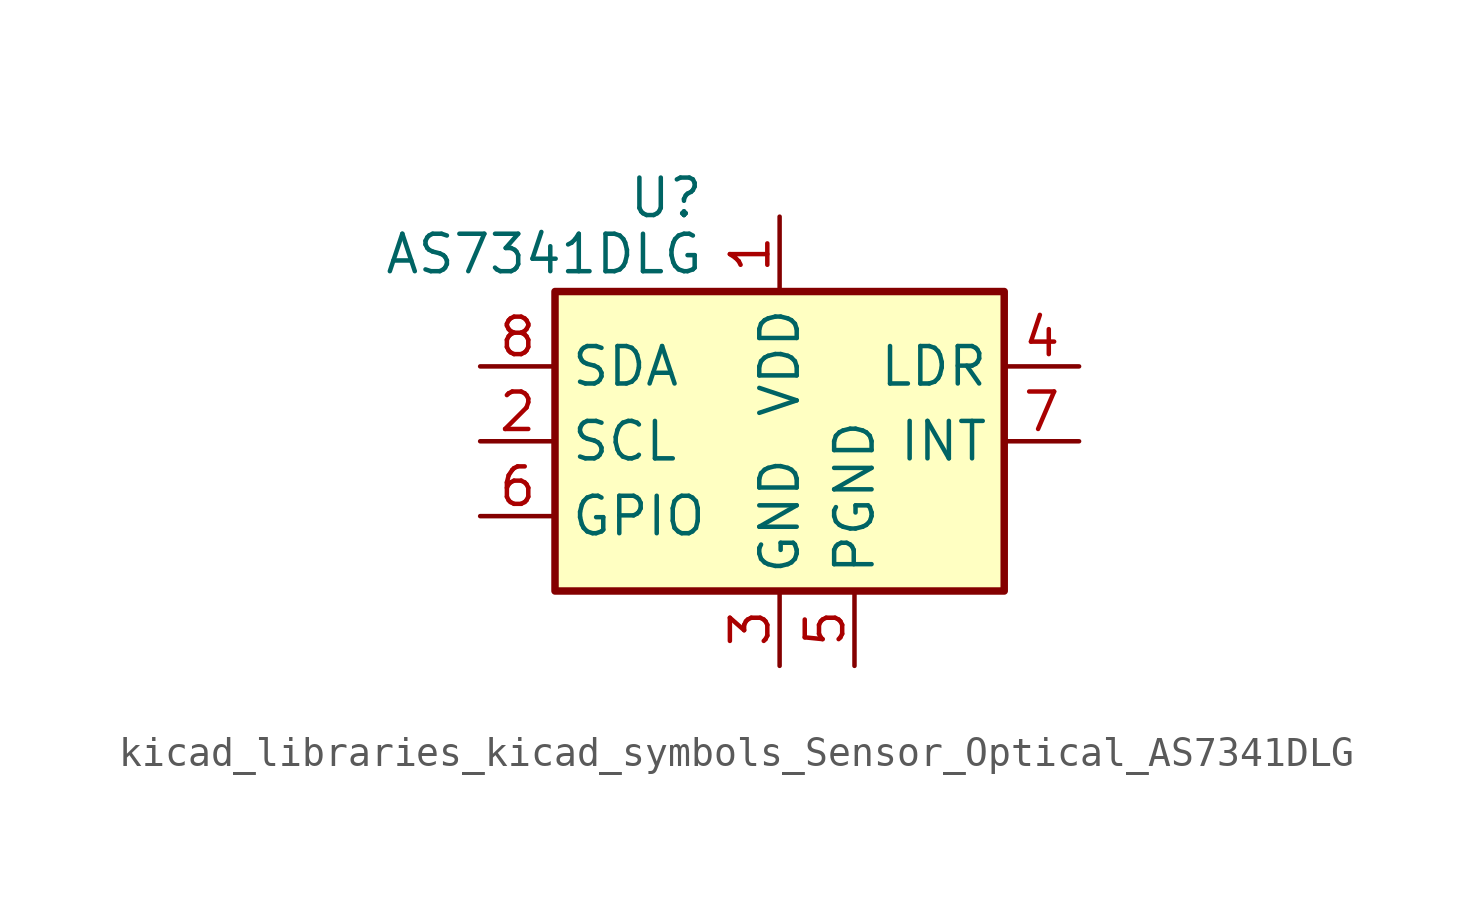
<source format=kicad_sym>
(kicad_symbol_lib
  (version 20220914)
  (generator kicad_symbol_editor)
  (symbol "kicad_libraries_kicad_symbols_Sensor_Optical_AS7341DLG"
    (property "Reference" "U"
      (at -2.54 8.255 0)
      (effects (font (size 1.27 1.27)) (justify right)))
    (property "Value" "AS7341DLG"
      (at -2.54 6.35 0)
      (effects (font (size 1.27 1.27)) (justify right)))
    (symbol "kicad_libraries_kicad_symbols_Sensor_Optical_AS7341DLG_0_1"
      (rectangle (start -7.62 5.08) (end 7.62 -5.08) (stroke (width 0.254) (type default)) (fill (type background))))
    (symbol "kicad_libraries_kicad_symbols_Sensor_Optical_AS7341DLG_1_1"
      (pin power_in line (at 0 7.62 270) (length 2.54) (name "VDD" (effects (font (size 1.27 1.27)))) (number "1" (effects (font (size 1.27 1.27)))))
      (pin input line (at -10.16 0 0) (length 2.54) (name "SCL" (effects (font (size 1.27 1.27)))) (number "2" (effects (font (size 1.27 1.27)))))
      (pin power_in line (at 0 -7.62 90) (length 2.54) (name "GND" (effects (font (size 1.27 1.27)))) (number "3" (effects (font (size 1.27 1.27)))))
      (pin passive line (at 10.16 2.54 180) (length 2.54) (name "LDR" (effects (font (size 1.27 1.27)))) (number "4" (effects (font (size 1.27 1.27)))))
      (pin power_in line (at 2.54 -7.62 90) (length 2.54) (name "PGND" (effects (font (size 1.27 1.27)))) (number "5" (effects (font (size 1.27 1.27)))))
      (pin input line (at -10.16 -2.54 0) (length 2.54) (name "GPIO" (effects (font (size 1.27 1.27)))) (number "6" (effects (font (size 1.27 1.27)))))
      (pin open_collector line (at 10.16 0 180) (length 2.54) (name "INT" (effects (font (size 1.27 1.27)))) (number "7" (effects (font (size 1.27 1.27)))))
      (pin bidirectional line (at -10.16 2.54 0) (length 2.54) (name "SDA" (effects (font (size 1.27 1.27)))) (number "8" (effects (font (size 1.27 1.27))))))))
</source>
